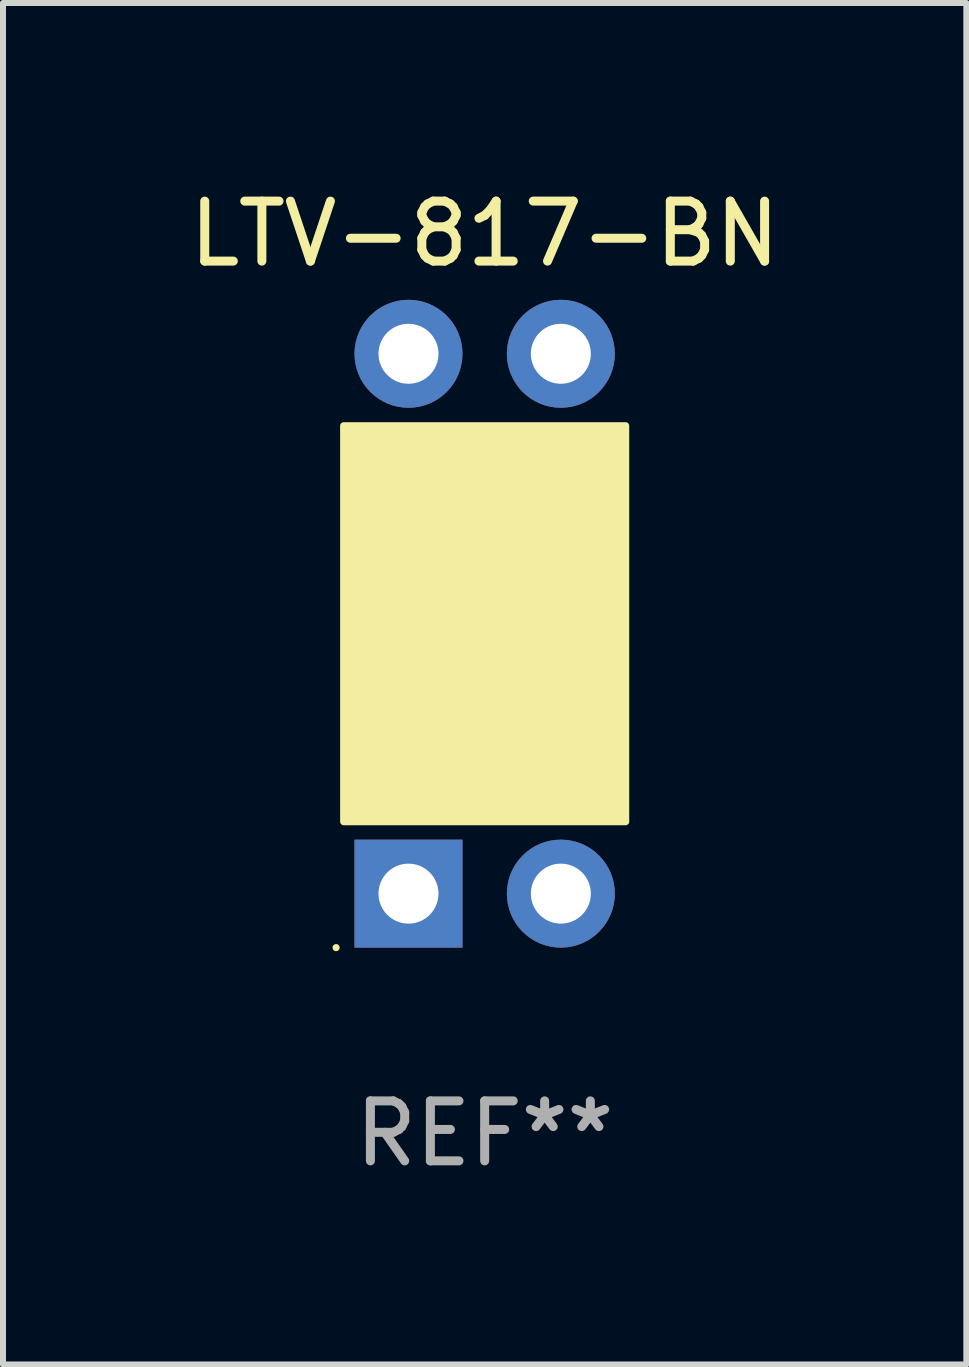
<source format=kicad_pcb>
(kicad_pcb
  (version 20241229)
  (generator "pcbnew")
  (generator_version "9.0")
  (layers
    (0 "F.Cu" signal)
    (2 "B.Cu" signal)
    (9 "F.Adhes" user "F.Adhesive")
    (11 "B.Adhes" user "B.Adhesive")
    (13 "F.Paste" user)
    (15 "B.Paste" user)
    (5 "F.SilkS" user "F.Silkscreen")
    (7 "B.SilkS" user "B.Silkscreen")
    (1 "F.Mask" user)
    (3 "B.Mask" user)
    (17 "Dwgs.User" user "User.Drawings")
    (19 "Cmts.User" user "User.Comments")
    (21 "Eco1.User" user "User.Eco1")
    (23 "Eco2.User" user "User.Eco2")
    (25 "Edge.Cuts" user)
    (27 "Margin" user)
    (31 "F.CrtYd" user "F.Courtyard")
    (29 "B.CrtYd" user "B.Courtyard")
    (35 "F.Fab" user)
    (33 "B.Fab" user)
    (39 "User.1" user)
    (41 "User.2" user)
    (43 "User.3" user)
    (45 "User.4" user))
  (footprint "LTV-817-BN"
    (layer "F.Cu")
    (at 5.03 7.348)
    (property "Reference" "LTV-817-BN" (at 0 -6.5 0) (layer "F.SilkS") (effects (font (size 1 1) (thickness 0.15))))
    (attr through_hole)
    (fp_circle (center -2.477 5.4) (end -2.447 5.4) (stroke (width 0.06) (type solid)) (fill no) (layer "F.SilkS"))
    (fp_circle (center -1.798 2.727) (end -1.586 2.727) (stroke (width 0.254) (type solid)) (fill no) (layer "F.SilkS"))
    (fp_poly (pts (xy -2.35 -3.3) (xy 2.35 -3.3) (xy 2.35 3.3) (xy -2.35 3.3)) (stroke (width 0.12) (type solid)) (fill yes) (layer "F.SilkS"))
    (fp_text user "REF**" (at 0 8.5 0) (layer "F.Fab") (effects (font (size 1 1) (thickness 0.15))))
    (pad "1" thru_hole rect (at -1.27 4.5 90) (size 1.8 1.8) (drill 1) (layers "*.Cu" "*.Mask"))
    (pad "2" thru_hole circle (at 1.27 4.5) (size 1.8 1.8) (drill 1) (layers "*.Cu" "*.Mask"))
    (pad "3" thru_hole circle (at 1.27 -4.5) (size 1.8 1.8) (drill 1) (layers "*.Cu" "*.Mask"))
    (pad "4" thru_hole circle (at -1.27 -4.5) (size 1.8 1.8) (drill 1) (layers "*.Cu" "*.Mask")))
  (gr_rect
    (start -3 -3)
    (end 13.06 19.697)
    (stroke (width 0.1) (type default))
    (fill no)
    (layer "Edge.Cuts")))
</source>
